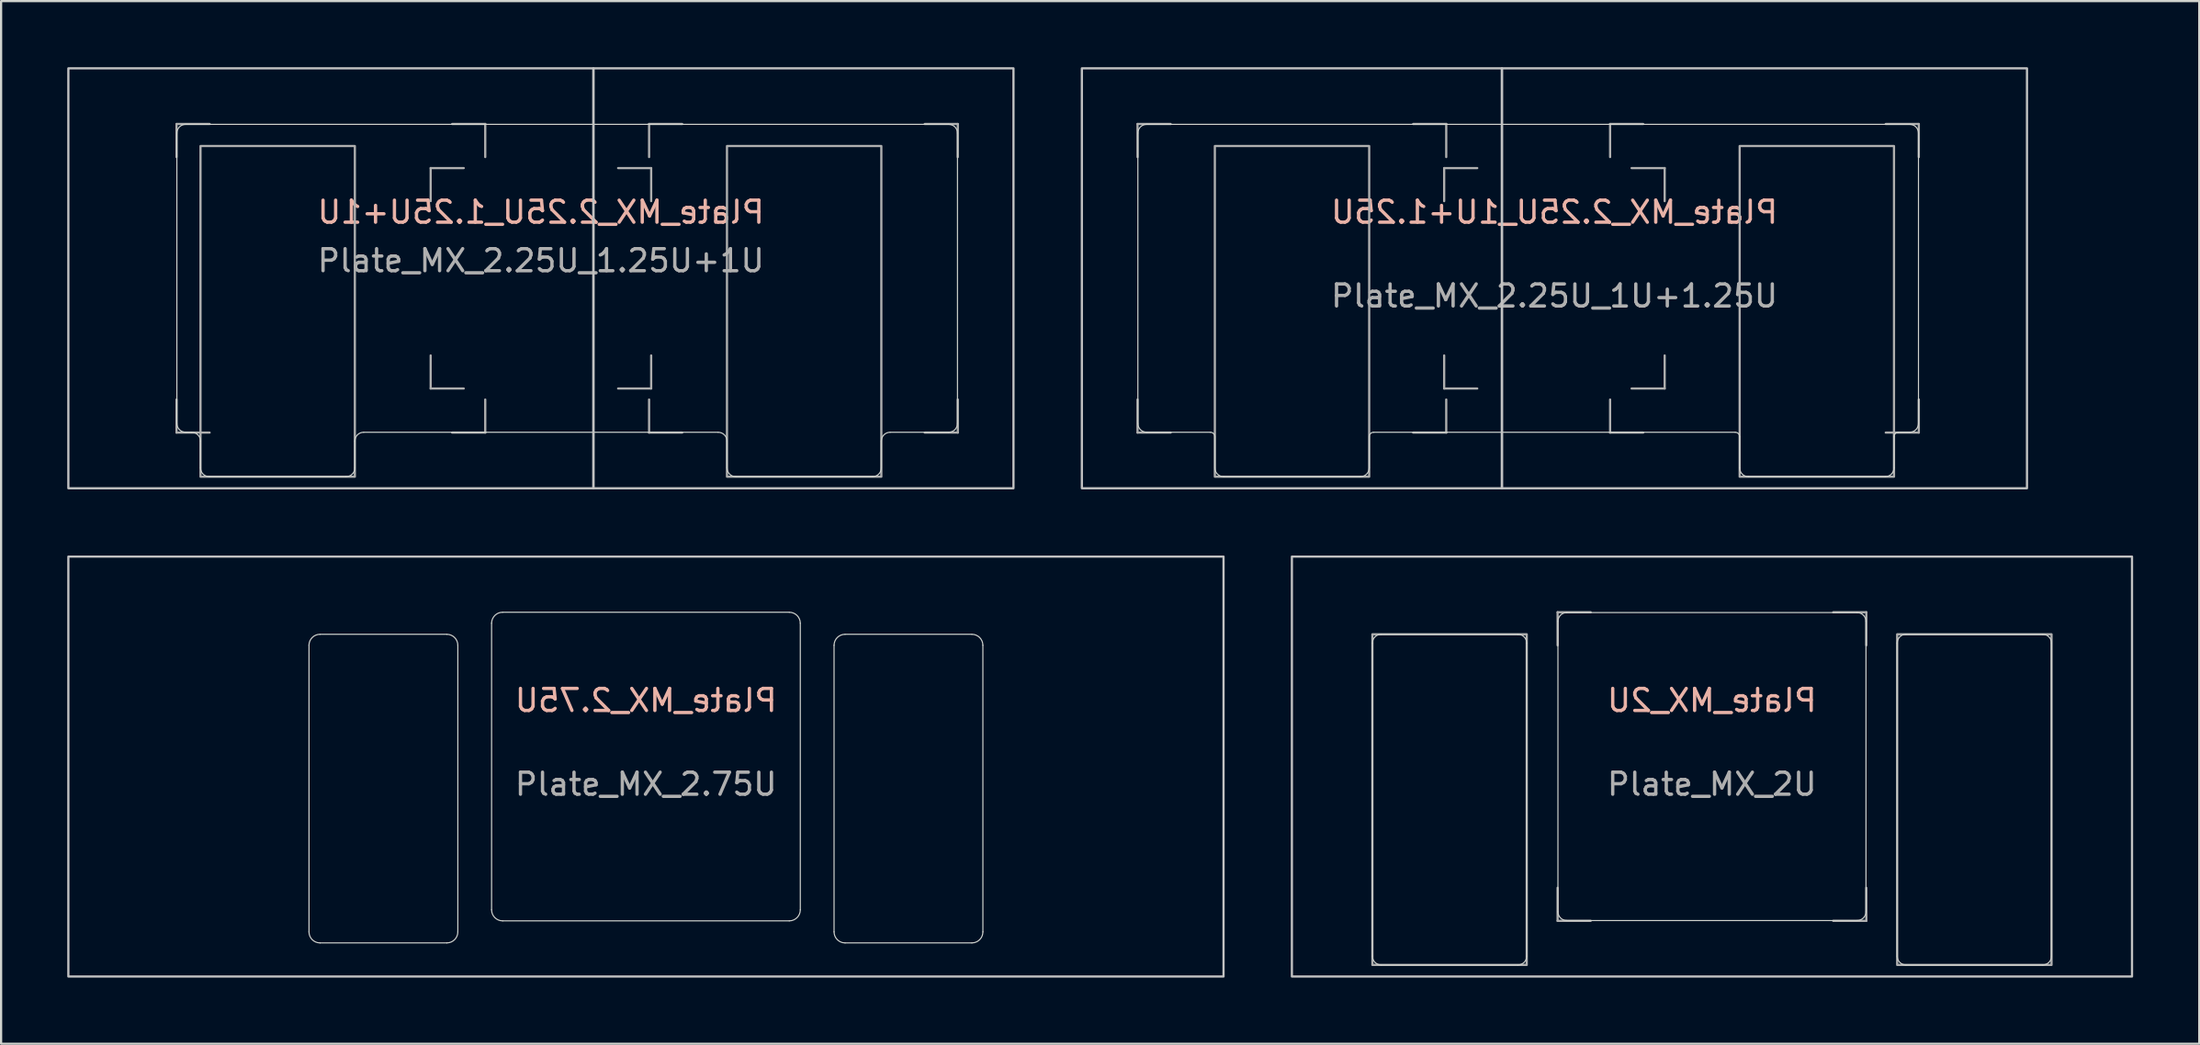
<source format=kicad_pcb>
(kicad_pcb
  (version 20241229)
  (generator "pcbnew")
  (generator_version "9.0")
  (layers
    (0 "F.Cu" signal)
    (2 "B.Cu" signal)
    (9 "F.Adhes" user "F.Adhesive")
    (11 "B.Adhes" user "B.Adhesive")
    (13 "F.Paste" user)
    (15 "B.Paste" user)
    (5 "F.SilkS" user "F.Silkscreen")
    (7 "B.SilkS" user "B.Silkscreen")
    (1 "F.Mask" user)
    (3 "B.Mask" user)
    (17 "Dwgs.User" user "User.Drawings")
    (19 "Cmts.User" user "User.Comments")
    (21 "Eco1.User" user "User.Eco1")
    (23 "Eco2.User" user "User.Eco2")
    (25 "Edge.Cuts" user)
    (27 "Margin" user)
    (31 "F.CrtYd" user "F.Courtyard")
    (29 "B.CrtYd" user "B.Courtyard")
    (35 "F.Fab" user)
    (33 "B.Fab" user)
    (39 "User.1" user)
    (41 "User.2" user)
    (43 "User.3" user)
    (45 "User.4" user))
  (footprint "Plate_MX_2.25U_1.25U+1U"
    (layer "F.Cu")
    (at 21.481 9.575)
    (property "Reference" "Plate_MX_2.25U_1.25U+1U" (at 0 -3 0) (layer "B.SilkS") (effects (font (size 1 1) (thickness 0.15)) (justify mirror)))
    (attr exclude_from_pos_files exclude_from_bom)
    (fp_rect (start -21.431 -9.525) (end 2.381 9.525) (stroke (width 0.1) (type default)) (fill no) (layer "Dwgs.User"))
    (fp_rect (start 2.381 -9.525) (end 21.431 9.525) (stroke (width 0.1) (type default)) (fill no) (layer "Dwgs.User"))
    (fp_line (start -16.51 -6.585) (end -16.51 6.585) (stroke (width 0.05) (type default)) (layer "Edge.Cuts"))
    (fp_line (start -16.11 6.985) (end -15.838 6.985) (stroke (width 0.05) (type default)) (layer "Edge.Cuts"))
    (fp_line (start -15.438 7.385) (end -15.438 8.6) (stroke (width 0.05) (type default)) (layer "Edge.Cuts"))
    (fp_line (start -15.038 9) (end -8.838 9) (stroke (width 0.05) (type default)) (layer "Edge.Cuts"))
    (fp_line (start -8.438 8.6) (end -8.438 7.385) (stroke (width 0.05) (type default)) (layer "Edge.Cuts"))
    (fp_line (start -8.038 6.985) (end 8.038 6.985) (stroke (width 0.05) (type default)) (layer "Edge.Cuts"))
    (fp_line (start 8.438 7.385) (end 8.438 8.6) (stroke (width 0.05) (type default)) (layer "Edge.Cuts"))
    (fp_line (start 8.838 9) (end 15.038 9) (stroke (width 0.05) (type default)) (layer "Edge.Cuts"))
    (fp_line (start 15.438 8.6) (end 15.438 7.385) (stroke (width 0.05) (type default)) (layer "Edge.Cuts"))
    (fp_line (start 15.838 6.985) (end 18.491 6.985) (stroke (width 0.05) (type default)) (layer "Edge.Cuts"))
    (fp_line (start 18.491 -6.985) (end -16.11 -6.985) (stroke (width 0.05) (type default)) (layer "Edge.Cuts"))
    (fp_line (start 18.891 6.585) (end 18.891 -6.585) (stroke (width 0.05) (type default)) (layer "Edge.Cuts"))
    (fp_arc (start -16.51 -6.585) (mid -16.392843 -6.867843) (end -16.11 -6.985) (stroke (width 0.05) (type default)) (layer "Edge.Cuts"))
    (fp_arc (start -16.11 6.985) (mid -16.392843 6.867843) (end -16.51 6.585) (stroke (width 0.05) (type default)) (layer "Edge.Cuts"))
    (fp_arc (start -15.838 6.985) (mid -15.555157 7.102157) (end -15.438 7.385) (stroke (width 0.05) (type default)) (layer "Edge.Cuts"))
    (fp_arc (start -15.038 9) (mid -15.320843 8.882843) (end -15.438 8.6) (stroke (width 0.05) (type default)) (layer "Edge.Cuts"))
    (fp_arc (start -8.438 7.385) (mid -8.320843 7.102157) (end -8.038 6.985) (stroke (width 0.05) (type default)) (layer "Edge.Cuts"))
    (fp_arc (start -8.438 8.6) (mid -8.555157 8.882843) (end -8.838 9) (stroke (width 0.05) (type default)) (layer "Edge.Cuts"))
    (fp_arc (start 8.038 6.985) (mid 8.320843 7.102157) (end 8.438 7.385) (stroke (width 0.05) (type default)) (layer "Edge.Cuts"))
    (fp_arc (start 8.838 9) (mid 8.555157 8.882843) (end 8.438 8.6) (stroke (width 0.05) (type default)) (layer "Edge.Cuts"))
    (fp_arc (start 15.438 7.385) (mid 15.555157 7.102157) (end 15.838 6.985) (stroke (width 0.05) (type default)) (layer "Edge.Cuts"))
    (fp_arc (start 15.438 8.6) (mid 15.320843 8.882843) (end 15.038 9) (stroke (width 0.05) (type default)) (layer "Edge.Cuts"))
    (fp_arc (start 18.49125 -6.985) (mid 18.774093 -6.867843) (end 18.89125 -6.585) (stroke (width 0.05) (type default)) (layer "Edge.Cuts"))
    (fp_arc (start 18.89125 6.585) (mid 18.774093 6.867843) (end 18.49125 6.985) (stroke (width 0.05) (type default)) (layer "Edge.Cuts"))
    (fp_line (start -16.525 -5.5) (end -16.525 -7) (stroke (width 0.1) (type default)) (layer "F.Fab"))
    (fp_line (start -16.525 7) (end -16.525 5.5) (stroke (width 0.1) (type default)) (layer "F.Fab"))
    (fp_line (start -16.525 7) (end -15.025 7) (stroke (width 0.1) (type default)) (layer "F.Fab"))
    (fp_line (start -15.025 -7) (end -16.525 -7) (stroke (width 0.1) (type default)) (layer "F.Fab"))
    (fp_line (start -5 -3.5) (end -5 -5) (stroke (width 0.1) (type default)) (layer "F.Fab"))
    (fp_line (start -5 5) (end -5 3.5) (stroke (width 0.1) (type default)) (layer "F.Fab"))
    (fp_line (start -5 5) (end -3.5 5) (stroke (width 0.1) (type default)) (layer "F.Fab"))
    (fp_line (start -4.025 7) (end -2.525 7) (stroke (width 0.1) (type default)) (layer "F.Fab"))
    (fp_line (start -3.5 -5) (end -5 -5) (stroke (width 0.1) (type default)) (layer "F.Fab"))
    (fp_line (start -2.525 -7) (end -4.025 -7) (stroke (width 0.1) (type default)) (layer "F.Fab"))
    (fp_line (start -2.525 -7) (end -2.525 -5.5) (stroke (width 0.1) (type default)) (layer "F.Fab"))
    (fp_line (start -2.525 5.5) (end -2.525 7) (stroke (width 0.1) (type default)) (layer "F.Fab"))
    (fp_line (start 3.5 5) (end 5 5) (stroke (width 0.1) (type default)) (layer "F.Fab"))
    (fp_line (start 4.906 -5.5) (end 4.906 -7) (stroke (width 0.1) (type default)) (layer "F.Fab"))
    (fp_line (start 4.906 7) (end 4.906 5.5) (stroke (width 0.1) (type default)) (layer "F.Fab"))
    (fp_line (start 4.906 7) (end 6.406 7) (stroke (width 0.1) (type default)) (layer "F.Fab"))
    (fp_line (start 5 -5) (end 3.5 -5) (stroke (width 0.1) (type default)) (layer "F.Fab"))
    (fp_line (start 5 -5) (end 5 -3.5) (stroke (width 0.1) (type default)) (layer "F.Fab"))
    (fp_line (start 5 3.5) (end 5 5) (stroke (width 0.1) (type default)) (layer "F.Fab"))
    (fp_line (start 6.406 -7) (end 4.906 -7) (stroke (width 0.1) (type default)) (layer "F.Fab"))
    (fp_line (start 17.406 7) (end 18.906 7) (stroke (width 0.1) (type default)) (layer "F.Fab"))
    (fp_line (start 18.906 -7) (end 17.406 -7) (stroke (width 0.1) (type default)) (layer "F.Fab"))
    (fp_line (start 18.906 -7) (end 18.906 -5.5) (stroke (width 0.1) (type default)) (layer "F.Fab"))
    (fp_line (start 18.906 5.5) (end 18.906 7) (stroke (width 0.1) (type default)) (layer "F.Fab"))
    (fp_rect (start -8.438 -6) (end -15.438 9) (stroke (width 0.1) (type default)) (fill no) (layer "F.Fab"))
    (fp_rect (start 15.438 -6) (end 8.438 9) (stroke (width 0.1) (type default)) (fill no) (layer "F.Fab"))
    (fp_text user "${REFERENCE}" (at 0 -0.8 0) (layer "F.Fab") (effects (font (size 1 1) (thickness 0.15)))))
  (footprint "Plate_MX_2.25U_1U+1.25U"
    (layer "F.Cu")
    (at 67.444 9.575)
    (property "Reference" "Plate_MX_2.25U_1U+1.25U" (at 0 -3 0) (layer "B.SilkS") (effects (font (size 1 1) (thickness 0.15)) (justify mirror)))
    (attr exclude_from_pos_files exclude_from_bom)
    (fp_rect (start -2.381 -9.525) (end -21.431 9.525) (stroke (width 0.1) (type default)) (fill no) (layer "Dwgs.User"))
    (fp_rect (start 21.431 -9.525) (end -2.381 9.525) (stroke (width 0.1) (type default)) (fill no) (layer "Dwgs.User"))
    (fp_line (start -18.891 6.585) (end -18.891 -6.585) (stroke (width 0.05) (type default)) (layer "Edge.Cuts"))
    (fp_line (start -18.491 -6.985) (end 16.11 -6.985) (stroke (width 0.05) (type default)) (layer "Edge.Cuts"))
    (fp_line (start -15.6 6.985) (end -18.491 6.985) (stroke (width 0.05) (type default)) (layer "Edge.Cuts"))
    (fp_line (start -15.4 7.185) (end -15.4 8.6) (stroke (width 0.05) (type default)) (layer "Edge.Cuts"))
    (fp_line (start -15 9) (end -8.8 9) (stroke (width 0.05) (type default)) (layer "Edge.Cuts"))
    (fp_line (start -8.4 7.185) (end -8.4 8.6) (stroke (width 0.05) (type default)) (layer "Edge.Cuts"))
    (fp_line (start 8.2 6.985) (end -8.2 6.985) (stroke (width 0.05) (type default)) (layer "Edge.Cuts"))
    (fp_line (start 8.4 7.185) (end 8.4 8.6) (stroke (width 0.05) (type default)) (layer "Edge.Cuts"))
    (fp_line (start 15 9) (end 8.8 9) (stroke (width 0.05) (type default)) (layer "Edge.Cuts"))
    (fp_line (start 15.4 7.185) (end 15.4 8.6) (stroke (width 0.05) (type default)) (layer "Edge.Cuts"))
    (fp_line (start 16.11 6.985) (end 15.6 6.985) (stroke (width 0.05) (type default)) (layer "Edge.Cuts"))
    (fp_line (start 16.51 -6.585) (end 16.51 6.585) (stroke (width 0.05) (type default)) (layer "Edge.Cuts"))
    (fp_arc (start -18.89125 -6.585) (mid -18.774093 -6.867843) (end -18.49125 -6.985) (stroke (width 0.05) (type default)) (layer "Edge.Cuts"))
    (fp_arc (start -18.49125 6.985) (mid -18.774093 6.867843) (end -18.89125 6.585) (stroke (width 0.05) (type default)) (layer "Edge.Cuts"))
    (fp_arc (start -15.6 6.985) (mid -15.45858 7.04358) (end -15.4 7.185) (stroke (width 0.05) (type default)) (layer "Edge.Cuts"))
    (fp_arc (start -15 9) (mid -15.282843 8.882843) (end -15.4 8.6) (stroke (width 0.05) (type default)) (layer "Edge.Cuts"))
    (fp_arc (start -8.4 7.185) (mid -8.341421 7.043579) (end -8.2 6.985) (stroke (width 0.05) (type default)) (layer "Edge.Cuts"))
    (fp_arc (start -8.4 8.6) (mid -8.517157 8.882843) (end -8.8 9) (stroke (width 0.05) (type default)) (layer "Edge.Cuts"))
    (fp_arc (start 8.2 6.985) (mid 8.341421 7.043579) (end 8.4 7.185) (stroke (width 0.05) (type default)) (layer "Edge.Cuts"))
    (fp_arc (start 8.8 9) (mid 8.517157 8.882843) (end 8.4 8.6) (stroke (width 0.05) (type default)) (layer "Edge.Cuts"))
    (fp_arc (start 15.4 7.185) (mid 15.458579 7.043579) (end 15.6 6.985) (stroke (width 0.05) (type default)) (layer "Edge.Cuts"))
    (fp_arc (start 15.4 8.6) (mid 15.282843 8.882843) (end 15 9) (stroke (width 0.05) (type default)) (layer "Edge.Cuts"))
    (fp_arc (start 16.11 -6.985) (mid 16.392843 -6.867843) (end 16.51 -6.585) (stroke (width 0.05) (type default)) (layer "Edge.Cuts"))
    (fp_arc (start 16.51 6.585) (mid 16.392843 6.867843) (end 16.11 6.985) (stroke (width 0.05) (type default)) (layer "Edge.Cuts"))
    (fp_line (start -18.906 -7) (end -18.906 -5.5) (stroke (width 0.1) (type default)) (layer "F.Fab"))
    (fp_line (start -18.906 -7) (end -17.406 -7) (stroke (width 0.1) (type default)) (layer "F.Fab"))
    (fp_line (start -18.906 5.5) (end -18.906 7) (stroke (width 0.1) (type default)) (layer "F.Fab"))
    (fp_line (start -17.406 7) (end -18.906 7) (stroke (width 0.1) (type default)) (layer "F.Fab"))
    (fp_line (start -6.406 -7) (end -4.906 -7) (stroke (width 0.1) (type default)) (layer "F.Fab"))
    (fp_line (start -5 -5) (end -5 -3.5) (stroke (width 0.1) (type default)) (layer "F.Fab"))
    (fp_line (start -5 -5) (end -3.5 -5) (stroke (width 0.1) (type default)) (layer "F.Fab"))
    (fp_line (start -5 3.5) (end -5 5) (stroke (width 0.1) (type default)) (layer "F.Fab"))
    (fp_line (start -4.906 -5.5) (end -4.906 -7) (stroke (width 0.1) (type default)) (layer "F.Fab"))
    (fp_line (start -4.906 7) (end -6.406 7) (stroke (width 0.1) (type default)) (layer "F.Fab"))
    (fp_line (start -4.906 7) (end -4.906 5.5) (stroke (width 0.1) (type default)) (layer "F.Fab"))
    (fp_line (start -3.5 5) (end -5 5) (stroke (width 0.1) (type default)) (layer "F.Fab"))
    (fp_line (start 2.525 -7) (end 2.525 -5.5) (stroke (width 0.1) (type default)) (layer "F.Fab"))
    (fp_line (start 2.525 -7) (end 4.025 -7) (stroke (width 0.1) (type default)) (layer "F.Fab"))
    (fp_line (start 2.525 5.5) (end 2.525 7) (stroke (width 0.1) (type default)) (layer "F.Fab"))
    (fp_line (start 3.5 -5) (end 5 -5) (stroke (width 0.1) (type default)) (layer "F.Fab"))
    (fp_line (start 4.025 7) (end 2.525 7) (stroke (width 0.1) (type default)) (layer "F.Fab"))
    (fp_line (start 5 -3.5) (end 5 -5) (stroke (width 0.1) (type default)) (layer "F.Fab"))
    (fp_line (start 5 5) (end 3.5 5) (stroke (width 0.1) (type default)) (layer "F.Fab"))
    (fp_line (start 5 5) (end 5 3.5) (stroke (width 0.1) (type default)) (layer "F.Fab"))
    (fp_line (start 15.025 -7) (end 16.525 -7) (stroke (width 0.1) (type default)) (layer "F.Fab"))
    (fp_line (start 16.525 -5.5) (end 16.525 -7) (stroke (width 0.1) (type default)) (layer "F.Fab"))
    (fp_line (start 16.525 7) (end 15.025 7) (stroke (width 0.1) (type default)) (layer "F.Fab"))
    (fp_line (start 16.525 7) (end 16.525 5.5) (stroke (width 0.1) (type default)) (layer "F.Fab"))
    (fp_rect (start -15.4 -6) (end -8.4 9) (stroke (width 0.1) (type default)) (fill no) (layer "F.Fab"))
    (fp_rect (start 8.4 -6) (end 15.4 9) (stroke (width 0.1) (type default)) (fill no) (layer "F.Fab"))
    (fp_text user "${REFERENCE}" (at 0 0.8 0) (layer "F.Fab") (effects (font (size 1 1) (thickness 0.15)))))
  (footprint "Plate_MX_2U"
    (layer "F.Cu")
    (at 74.588 31.725)
    (property "Reference" "Plate_MX_2U" (at 0 -3 0) (layer "B.SilkS") (effects (font (size 1 1) (thickness 0.15)) (justify mirror)))
    (attr exclude_from_pos_files exclude_from_bom)
    (fp_rect (start -19.05 -9.525) (end 19.05 9.525) (stroke (width 0.1) (type default)) (fill no) (layer "Dwgs.User"))
    (fp_line (start -15.4 8.6) (end -15.4 -5.6) (stroke (width 0.05) (type default)) (layer "Edge.Cuts"))
    (fp_line (start -15 -6) (end -8.8 -6) (stroke (width 0.05) (type default)) (layer "Edge.Cuts"))
    (fp_line (start -8.8 9) (end -15 9) (stroke (width 0.05) (type default)) (layer "Edge.Cuts"))
    (fp_line (start -8.4 -5.6) (end -8.4 8.6) (stroke (width 0.05) (type default)) (layer "Edge.Cuts"))
    (fp_line (start -6.985 6.585) (end -6.985 -6.585) (stroke (width 0.05) (type default)) (layer "Edge.Cuts"))
    (fp_line (start -6.585 -6.985) (end 6.585 -6.985) (stroke (width 0.05) (type default)) (layer "Edge.Cuts"))
    (fp_line (start 6.585 6.985) (end -6.585 6.985) (stroke (width 0.05) (type default)) (layer "Edge.Cuts"))
    (fp_line (start 6.985 -6.585) (end 6.985 6.585) (stroke (width 0.05) (type default)) (layer "Edge.Cuts"))
    (fp_line (start 8.4 8.6) (end 8.4 -5.6) (stroke (width 0.05) (type default)) (layer "Edge.Cuts"))
    (fp_line (start 8.8 -6) (end 15 -6) (stroke (width 0.05) (type default)) (layer "Edge.Cuts"))
    (fp_line (start 15 9) (end 8.8 9) (stroke (width 0.05) (type default)) (layer "Edge.Cuts"))
    (fp_line (start 15.4 -5.6) (end 15.4 8.6) (stroke (width 0.05) (type default)) (layer "Edge.Cuts"))
    (fp_arc (start -15.4 -5.6) (mid -15.282843 -5.882843) (end -15 -6) (stroke (width 0.05) (type default)) (layer "Edge.Cuts"))
    (fp_arc (start -15 9) (mid -15.282843 8.882843) (end -15.4 8.6) (stroke (width 0.05) (type default)) (layer "Edge.Cuts"))
    (fp_arc (start -8.8 -6) (mid -8.517157 -5.882843) (end -8.4 -5.6) (stroke (width 0.05) (type default)) (layer "Edge.Cuts"))
    (fp_arc (start -8.4 8.6) (mid -8.517157 8.882843) (end -8.8 9) (stroke (width 0.05) (type default)) (layer "Edge.Cuts"))
    (fp_arc (start -6.985 -6.585) (mid -6.867843 -6.867843) (end -6.585 -6.985) (stroke (width 0.05) (type default)) (layer "Edge.Cuts"))
    (fp_arc (start -6.585 6.985) (mid -6.867843 6.867843) (end -6.985 6.585) (stroke (width 0.05) (type default)) (layer "Edge.Cuts"))
    (fp_arc (start 6.585 -6.985) (mid 6.867843 -6.867843) (end 6.985 -6.585) (stroke (width 0.05) (type default)) (layer "Edge.Cuts"))
    (fp_arc (start 6.985 6.585) (mid 6.867843 6.867843) (end 6.585 6.985) (stroke (width 0.05) (type default)) (layer "Edge.Cuts"))
    (fp_arc (start 8.4 -5.6) (mid 8.517157 -5.882843) (end 8.8 -6) (stroke (width 0.05) (type default)) (layer "Edge.Cuts"))
    (fp_arc (start 8.8 9) (mid 8.517157 8.882843) (end 8.4 8.6) (stroke (width 0.05) (type default)) (layer "Edge.Cuts"))
    (fp_arc (start 15 -6) (mid 15.282843 -5.882843) (end 15.4 -5.6) (stroke (width 0.05) (type default)) (layer "Edge.Cuts"))
    (fp_arc (start 15.4 8.6) (mid 15.282843 8.882843) (end 15 9) (stroke (width 0.05) (type default)) (layer "Edge.Cuts"))
    (fp_line (start -7 -7) (end -7 -5.5) (stroke (width 0.1) (type default)) (layer "F.Fab"))
    (fp_line (start -7 -7) (end -5.5 -7) (stroke (width 0.1) (type default)) (layer "F.Fab"))
    (fp_line (start -7 5.5) (end -7 7) (stroke (width 0.1) (type default)) (layer "F.Fab"))
    (fp_line (start -5.5 7) (end -7 7) (stroke (width 0.1) (type default)) (layer "F.Fab"))
    (fp_line (start 5.5 -7) (end 7 -7) (stroke (width 0.1) (type default)) (layer "F.Fab"))
    (fp_line (start 7 -5.5) (end 7 -7) (stroke (width 0.1) (type default)) (layer "F.Fab"))
    (fp_line (start 7 7) (end 5.5 7) (stroke (width 0.1) (type default)) (layer "F.Fab"))
    (fp_line (start 7 7) (end 7 5.5) (stroke (width 0.1) (type default)) (layer "F.Fab"))
    (fp_rect (start -15.4 -6) (end -8.4 9) (stroke (width 0.1) (type default)) (fill no) (layer "F.Fab"))
    (fp_rect (start 8.4 -6) (end 15.4 9) (stroke (width 0.1) (type default)) (fill no) (layer "F.Fab"))
    (fp_text user "${REFERENCE}" (at 0 0.8 0) (layer "F.Fab") (effects (font (size 1 1) (thickness 0.15)))))
  (footprint "Plate_MX_2.75U"
    (layer "F.Cu")
    (at 26.244 31.725)
    (property "Reference" "Plate_MX_2.75U" (at 0 -3 0) (layer "B.SilkS") (effects (font (size 1 1) (thickness 0.15)) (justify mirror)))
    (attr through_hole exclude_from_pos_files exclude_from_bom)
    (fp_rect (start -26.194 -9.525) (end 26.194 9.525) (stroke (width 0.1) (type default)) (fill no) (layer "Dwgs.User"))
    (fp_line (start -15.281 -5.5) (end -15.281 7.5) (stroke (width 0.05) (type solid)) (layer "Edge.Cuts"))
    (fp_line (start -14.781 -6) (end -9.031 -6) (stroke (width 0.05) (type solid)) (layer "Edge.Cuts"))
    (fp_line (start -14.781 8) (end -9.031 8) (stroke (width 0.05) (type solid)) (layer "Edge.Cuts"))
    (fp_line (start -8.531 -5.5) (end -8.531 7.5) (stroke (width 0.05) (type solid)) (layer "Edge.Cuts"))
    (fp_line (start -7 6.5) (end -7 -6.5) (stroke (width 0.05) (type default)) (layer "Edge.Cuts"))
    (fp_line (start -6.5 -7) (end 6.5 -7) (stroke (width 0.05) (type default)) (layer "Edge.Cuts"))
    (fp_line (start 6.5 7) (end -6.5 7) (stroke (width 0.05) (type default)) (layer "Edge.Cuts"))
    (fp_line (start 7 -6.5) (end 7 6.5) (stroke (width 0.05) (type default)) (layer "Edge.Cuts"))
    (fp_line (start 8.531 -5.5) (end 8.531 7.5) (stroke (width 0.05) (type solid)) (layer "Edge.Cuts"))
    (fp_line (start 9.031 -6) (end 14.78 -6) (stroke (width 0.05) (type solid)) (layer "Edge.Cuts"))
    (fp_line (start 9.031 8) (end 14.781 8) (stroke (width 0.05) (type solid)) (layer "Edge.Cuts"))
    (fp_line (start 15.28 -5.5) (end 15.281 7.5) (stroke (width 0.05) (type solid)) (layer "Edge.Cuts"))
    (fp_arc (start -15.28125 -5.5) (mid -15.134803 -5.853553) (end -14.78125 -6) (stroke (width 0.05) (type solid)) (layer "Edge.Cuts"))
    (fp_arc (start -14.78125 8) (mid -15.134803 7.853553) (end -15.28125 7.5) (stroke (width 0.05) (type solid)) (layer "Edge.Cuts"))
    (fp_arc (start -9.03125 -6) (mid -8.677697 -5.853553) (end -8.53125 -5.5) (stroke (width 0.05) (type solid)) (layer "Edge.Cuts"))
    (fp_arc (start -8.53125 7.5) (mid -8.677697 7.853553) (end -9.03125 8) (stroke (width 0.05) (type solid)) (layer "Edge.Cuts"))
    (fp_arc (start -7 -6.5) (mid -6.853553 -6.853553) (end -6.5 -7) (stroke (width 0.05) (type default)) (layer "Edge.Cuts"))
    (fp_arc (start -6.5 7) (mid -6.853553 6.853553) (end -7 6.5) (stroke (width 0.05) (type default)) (layer "Edge.Cuts"))
    (fp_arc (start 6.5 -7) (mid 6.853553 -6.853553) (end 7 -6.5) (stroke (width 0.05) (type default)) (layer "Edge.Cuts"))
    (fp_arc (start 7 6.5) (mid 6.853553 6.853553) (end 6.5 7) (stroke (width 0.05) (type default)) (layer "Edge.Cuts"))
    (fp_arc (start 8.53125 -5.5) (mid 8.677693 -5.853572) (end 9.03125 -6) (stroke (width 0.05) (type solid)) (layer "Edge.Cuts"))
    (fp_arc (start 9.03125 8) (mid 8.677729 7.853536) (end 8.53125 7.5) (stroke (width 0.05) (type solid)) (layer "Edge.Cuts"))
    (fp_arc (start 14.780039 -6) (mid 15.133567 -5.85354) (end 15.280039 -5.5) (stroke (width 0.05) (type solid)) (layer "Edge.Cuts"))
    (fp_arc (start 15.28125 7.5) (mid 15.134806 7.85357) (end 14.78125 8) (stroke (width 0.05) (type solid)) (layer "Edge.Cuts"))
    (fp_text user "${REFERENCE}" (at 0 0.8 0) (layer "F.Fab") (effects (font (size 1 1) (thickness 0.15)))))
  (gr_rect
    (start -3 -3)
    (end 96.688 44.3)
    (stroke (width 0.1) (type default))
    (fill no)
    (layer "Edge.Cuts")))
</source>
